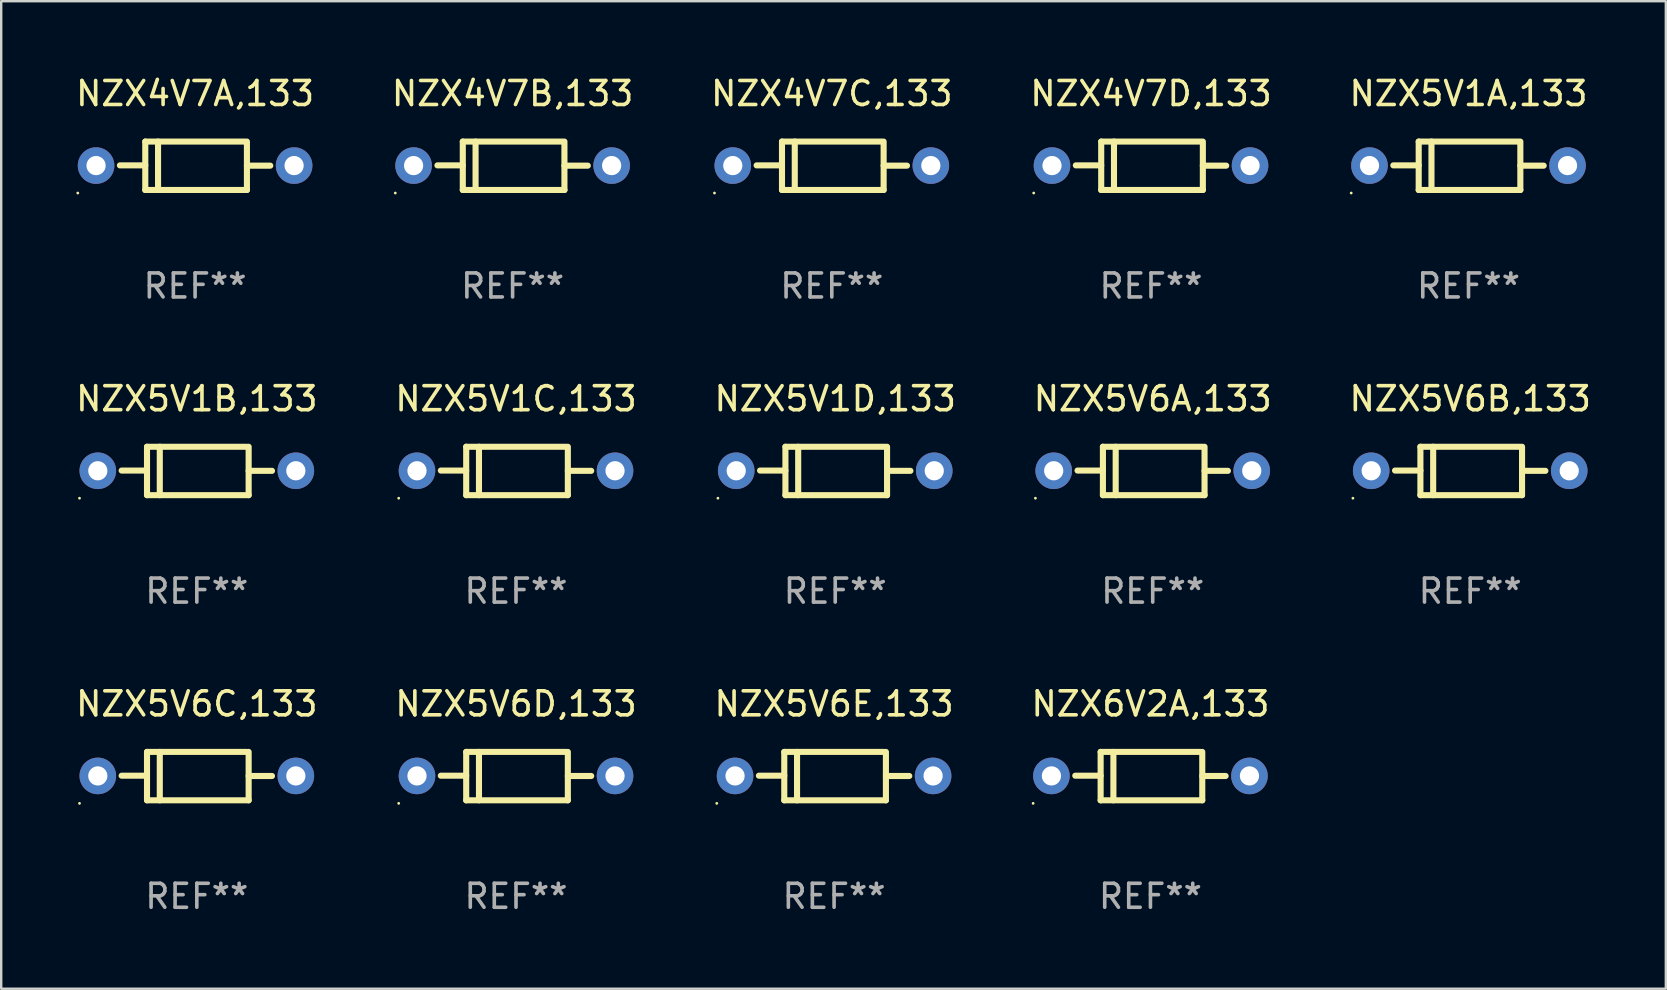
<source format=kicad_pcb>
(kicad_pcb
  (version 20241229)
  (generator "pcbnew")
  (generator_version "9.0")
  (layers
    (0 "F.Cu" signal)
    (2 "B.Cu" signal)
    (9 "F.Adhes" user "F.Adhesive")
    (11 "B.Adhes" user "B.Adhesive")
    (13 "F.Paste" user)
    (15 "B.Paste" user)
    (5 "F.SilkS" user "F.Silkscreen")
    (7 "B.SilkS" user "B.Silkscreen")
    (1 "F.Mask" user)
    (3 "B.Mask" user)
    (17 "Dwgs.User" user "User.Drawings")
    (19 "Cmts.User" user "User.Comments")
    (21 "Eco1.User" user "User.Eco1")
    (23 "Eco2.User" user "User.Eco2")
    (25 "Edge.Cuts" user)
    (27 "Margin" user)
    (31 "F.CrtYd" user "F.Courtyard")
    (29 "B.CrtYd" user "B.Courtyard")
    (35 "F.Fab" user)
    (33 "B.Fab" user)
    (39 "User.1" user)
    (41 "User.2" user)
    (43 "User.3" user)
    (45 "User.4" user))
  (footprint "NZX5V1D,133"
    (layer "F.Cu")
    (at 31.744 16.569)
    (property "Reference" "NZX5V1D,133" (at 0 -3.008 0) (layer "F.SilkS") (effects (font (size 1 1) (thickness 0.15))))
    (attr through_hole)
    (fp_line (start -2.075 -1.008) (end -2.075 1.008) (stroke (width 0.254) (type solid)) (layer "F.SilkS"))
    (fp_line (start -2.075 -0.017) (end -3.132 -0.017) (stroke (width 0.254) (type solid)) (layer "F.SilkS"))
    (fp_line (start -2.075 1.008) (end 2.159 1.008) (stroke (width 0.254) (type solid)) (layer "F.SilkS"))
    (fp_line (start -1.543 -1.008) (end -1.543 1.008) (stroke (width 0.254) (type solid)) (layer "F.SilkS"))
    (fp_line (start 2.075 -1.008) (end -2.075 -1.008) (stroke (width 0.254) (type solid)) (layer "F.SilkS"))
    (fp_line (start 2.159 -0.005) (end 3.132 -0.005) (stroke (width 0.254) (type solid)) (layer "F.SilkS"))
    (fp_line (start 2.159 1.008) (end 2.159 -1.008) (stroke (width 0.254) (type solid)) (layer "F.SilkS"))
    (fp_circle (center -4.887 1.135) (end -4.857 1.135) (stroke (width 0.06) (type solid)) (fill no) (layer "F.SilkS"))
    (fp_text user "REF**" (at 0 5.008 0) (layer "F.Fab") (effects (font (size 1 1) (thickness 0.15))))
    (pad "1" thru_hole circle (at -4.125 -0.008) (size 1.524 1.524) (drill 0.8) (layers "*.Cu" "*.Mask"))
    (pad "2" thru_hole circle (at 4.125 -0.008) (size 1.524 1.524) (drill 0.8) (layers "*.Cu" "*.Mask")))
  (footprint "NZX5V1A,133"
    (layer "F.Cu")
    (at 58.125 3.856)
    (property "Reference" "NZX5V1A,133" (at 0 -3.008 0) (layer "F.SilkS") (effects (font (size 1 1) (thickness 0.15))))
    (attr through_hole)
    (fp_line (start -2.075 -1.008) (end -2.075 1.008) (stroke (width 0.254) (type solid)) (layer "F.SilkS"))
    (fp_line (start -2.075 -0.017) (end -3.132 -0.017) (stroke (width 0.254) (type solid)) (layer "F.SilkS"))
    (fp_line (start -2.075 1.008) (end 2.159 1.008) (stroke (width 0.254) (type solid)) (layer "F.SilkS"))
    (fp_line (start -1.543 -1.008) (end -1.543 1.008) (stroke (width 0.254) (type solid)) (layer "F.SilkS"))
    (fp_line (start 2.075 -1.008) (end -2.075 -1.008) (stroke (width 0.254) (type solid)) (layer "F.SilkS"))
    (fp_line (start 2.159 -0.005) (end 3.132 -0.005) (stroke (width 0.254) (type solid)) (layer "F.SilkS"))
    (fp_line (start 2.159 1.008) (end 2.159 -1.008) (stroke (width 0.254) (type solid)) (layer "F.SilkS"))
    (fp_circle (center -4.887 1.135) (end -4.857 1.135) (stroke (width 0.06) (type solid)) (fill no) (layer "F.SilkS"))
    (fp_text user "REF**" (at 0 5.008 0) (layer "F.Fab") (effects (font (size 1 1) (thickness 0.15))))
    (pad "1" thru_hole circle (at -4.125 -0.008) (size 1.524 1.524) (drill 0.8) (layers "*.Cu" "*.Mask"))
    (pad "2" thru_hole circle (at 4.125 -0.008) (size 1.524 1.524) (drill 0.8) (layers "*.Cu" "*.Mask")))
  (footprint "NZX4V7B,133"
    (layer "F.Cu")
    (at 18.304 3.856)
    (property "Reference" "NZX4V7B,133" (at 0 -3.008 0) (layer "F.SilkS") (effects (font (size 1 1) (thickness 0.15))))
    (attr through_hole)
    (fp_line (start -2.075 -1.008) (end -2.075 1.008) (stroke (width 0.254) (type solid)) (layer "F.SilkS"))
    (fp_line (start -2.075 -0.017) (end -3.132 -0.017) (stroke (width 0.254) (type solid)) (layer "F.SilkS"))
    (fp_line (start -2.075 1.008) (end 2.159 1.008) (stroke (width 0.254) (type solid)) (layer "F.SilkS"))
    (fp_line (start -1.543 -1.008) (end -1.543 1.008) (stroke (width 0.254) (type solid)) (layer "F.SilkS"))
    (fp_line (start 2.075 -1.008) (end -2.075 -1.008) (stroke (width 0.254) (type solid)) (layer "F.SilkS"))
    (fp_line (start 2.159 -0.005) (end 3.132 -0.005) (stroke (width 0.254) (type solid)) (layer "F.SilkS"))
    (fp_line (start 2.159 1.008) (end 2.159 -1.008) (stroke (width 0.254) (type solid)) (layer "F.SilkS"))
    (fp_circle (center -4.887 1.135) (end -4.857 1.135) (stroke (width 0.06) (type solid)) (fill no) (layer "F.SilkS"))
    (fp_text user "REF**" (at 0 5.008 0) (layer "F.Fab") (effects (font (size 1 1) (thickness 0.15))))
    (pad "1" thru_hole circle (at -4.125 -0.008) (size 1.524 1.524) (drill 0.8) (layers "*.Cu" "*.Mask"))
    (pad "2" thru_hole circle (at 4.125 -0.008) (size 1.524 1.524) (drill 0.8) (layers "*.Cu" "*.Mask")))
  (footprint "NZX5V6E,133"
    (layer "F.Cu")
    (at 31.696 29.281)
    (property "Reference" "NZX5V6E,133" (at 0 -3.008 0) (layer "F.SilkS") (effects (font (size 1 1) (thickness 0.15))))
    (attr through_hole)
    (fp_line (start -2.075 -1.008) (end -2.075 1.008) (stroke (width 0.254) (type solid)) (layer "F.SilkS"))
    (fp_line (start -2.075 -0.017) (end -3.132 -0.017) (stroke (width 0.254) (type solid)) (layer "F.SilkS"))
    (fp_line (start -2.075 1.008) (end 2.159 1.008) (stroke (width 0.254) (type solid)) (layer "F.SilkS"))
    (fp_line (start -1.543 -1.008) (end -1.543 1.008) (stroke (width 0.254) (type solid)) (layer "F.SilkS"))
    (fp_line (start 2.075 -1.008) (end -2.075 -1.008) (stroke (width 0.254) (type solid)) (layer "F.SilkS"))
    (fp_line (start 2.159 -0.005) (end 3.132 -0.005) (stroke (width 0.254) (type solid)) (layer "F.SilkS"))
    (fp_line (start 2.159 1.008) (end 2.159 -1.008) (stroke (width 0.254) (type solid)) (layer "F.SilkS"))
    (fp_circle (center -4.887 1.135) (end -4.857 1.135) (stroke (width 0.06) (type solid)) (fill no) (layer "F.SilkS"))
    (fp_text user "REF**" (at 0 5.008 0) (layer "F.Fab") (effects (font (size 1 1) (thickness 0.15))))
    (pad "1" thru_hole circle (at -4.125 -0.008) (size 1.524 1.524) (drill 0.8) (layers "*.Cu" "*.Mask"))
    (pad "2" thru_hole circle (at 4.125 -0.008) (size 1.524 1.524) (drill 0.8) (layers "*.Cu" "*.Mask")))
  (footprint "NZX5V6C,133"
    (layer "F.Cu")
    (at 5.149 29.281)
    (property "Reference" "NZX5V6C,133" (at 0 -3.008 0) (layer "F.SilkS") (effects (font (size 1 1) (thickness 0.15))))
    (attr through_hole)
    (fp_line (start -2.075 -1.008) (end -2.075 1.008) (stroke (width 0.254) (type solid)) (layer "F.SilkS"))
    (fp_line (start -2.075 -0.017) (end -3.132 -0.017) (stroke (width 0.254) (type solid)) (layer "F.SilkS"))
    (fp_line (start -2.075 1.008) (end 2.159 1.008) (stroke (width 0.254) (type solid)) (layer "F.SilkS"))
    (fp_line (start -1.543 -1.008) (end -1.543 1.008) (stroke (width 0.254) (type solid)) (layer "F.SilkS"))
    (fp_line (start 2.075 -1.008) (end -2.075 -1.008) (stroke (width 0.254) (type solid)) (layer "F.SilkS"))
    (fp_line (start 2.159 -0.005) (end 3.132 -0.005) (stroke (width 0.254) (type solid)) (layer "F.SilkS"))
    (fp_line (start 2.159 1.008) (end 2.159 -1.008) (stroke (width 0.254) (type solid)) (layer "F.SilkS"))
    (fp_circle (center -4.887 1.135) (end -4.857 1.135) (stroke (width 0.06) (type solid)) (fill no) (layer "F.SilkS"))
    (fp_text user "REF**" (at 0 5.008 0) (layer "F.Fab") (effects (font (size 1 1) (thickness 0.15))))
    (pad "1" thru_hole circle (at -4.125 -0.008) (size 1.524 1.524) (drill 0.8) (layers "*.Cu" "*.Mask"))
    (pad "2" thru_hole circle (at 4.125 -0.008) (size 1.524 1.524) (drill 0.8) (layers "*.Cu" "*.Mask")))
  (footprint "NZX5V1B,133"
    (layer "F.Cu")
    (at 5.149 16.569)
    (property "Reference" "NZX5V1B,133" (at 0 -3.008 0) (layer "F.SilkS") (effects (font (size 1 1) (thickness 0.15))))
    (attr through_hole)
    (fp_line (start -2.075 -1.008) (end -2.075 1.008) (stroke (width 0.254) (type solid)) (layer "F.SilkS"))
    (fp_line (start -2.075 -0.017) (end -3.132 -0.017) (stroke (width 0.254) (type solid)) (layer "F.SilkS"))
    (fp_line (start -2.075 1.008) (end 2.159 1.008) (stroke (width 0.254) (type solid)) (layer "F.SilkS"))
    (fp_line (start -1.543 -1.008) (end -1.543 1.008) (stroke (width 0.254) (type solid)) (layer "F.SilkS"))
    (fp_line (start 2.075 -1.008) (end -2.075 -1.008) (stroke (width 0.254) (type solid)) (layer "F.SilkS"))
    (fp_line (start 2.159 -0.005) (end 3.132 -0.005) (stroke (width 0.254) (type solid)) (layer "F.SilkS"))
    (fp_line (start 2.159 1.008) (end 2.159 -1.008) (stroke (width 0.254) (type solid)) (layer "F.SilkS"))
    (fp_circle (center -4.887 1.135) (end -4.857 1.135) (stroke (width 0.06) (type solid)) (fill no) (layer "F.SilkS"))
    (fp_text user "REF**" (at 0 5.008 0) (layer "F.Fab") (effects (font (size 1 1) (thickness 0.15))))
    (pad "1" thru_hole circle (at -4.125 -0.008) (size 1.524 1.524) (drill 0.8) (layers "*.Cu" "*.Mask"))
    (pad "2" thru_hole circle (at 4.125 -0.008) (size 1.524 1.524) (drill 0.8) (layers "*.Cu" "*.Mask")))
  (footprint "NZX5V1C,133"
    (layer "F.Cu")
    (at 18.446 16.569)
    (property "Reference" "NZX5V1C,133" (at 0 -3.008 0) (layer "F.SilkS") (effects (font (size 1 1) (thickness 0.15))))
    (attr through_hole)
    (fp_line (start -2.075 -1.008) (end -2.075 1.008) (stroke (width 0.254) (type solid)) (layer "F.SilkS"))
    (fp_line (start -2.075 -0.017) (end -3.132 -0.017) (stroke (width 0.254) (type solid)) (layer "F.SilkS"))
    (fp_line (start -2.075 1.008) (end 2.159 1.008) (stroke (width 0.254) (type solid)) (layer "F.SilkS"))
    (fp_line (start -1.543 -1.008) (end -1.543 1.008) (stroke (width 0.254) (type solid)) (layer "F.SilkS"))
    (fp_line (start 2.075 -1.008) (end -2.075 -1.008) (stroke (width 0.254) (type solid)) (layer "F.SilkS"))
    (fp_line (start 2.159 -0.005) (end 3.132 -0.005) (stroke (width 0.254) (type solid)) (layer "F.SilkS"))
    (fp_line (start 2.159 1.008) (end 2.159 -1.008) (stroke (width 0.254) (type solid)) (layer "F.SilkS"))
    (fp_circle (center -4.887 1.135) (end -4.857 1.135) (stroke (width 0.06) (type solid)) (fill no) (layer "F.SilkS"))
    (fp_text user "REF**" (at 0 5.008 0) (layer "F.Fab") (effects (font (size 1 1) (thickness 0.15))))
    (pad "1" thru_hole circle (at -4.125 -0.008) (size 1.524 1.524) (drill 0.8) (layers "*.Cu" "*.Mask"))
    (pad "2" thru_hole circle (at 4.125 -0.008) (size 1.524 1.524) (drill 0.8) (layers "*.Cu" "*.Mask")))
  (footprint "NZX5V6B,133"
    (layer "F.Cu")
    (at 58.196 16.569)
    (property "Reference" "NZX5V6B,133" (at 0 -3.008 0) (layer "F.SilkS") (effects (font (size 1 1) (thickness 0.15))))
    (attr through_hole)
    (fp_line (start -2.075 -1.008) (end -2.075 1.008) (stroke (width 0.254) (type solid)) (layer "F.SilkS"))
    (fp_line (start -2.075 -0.017) (end -3.132 -0.017) (stroke (width 0.254) (type solid)) (layer "F.SilkS"))
    (fp_line (start -2.075 1.008) (end 2.159 1.008) (stroke (width 0.254) (type solid)) (layer "F.SilkS"))
    (fp_line (start -1.543 -1.008) (end -1.543 1.008) (stroke (width 0.254) (type solid)) (layer "F.SilkS"))
    (fp_line (start 2.075 -1.008) (end -2.075 -1.008) (stroke (width 0.254) (type solid)) (layer "F.SilkS"))
    (fp_line (start 2.159 -0.005) (end 3.132 -0.005) (stroke (width 0.254) (type solid)) (layer "F.SilkS"))
    (fp_line (start 2.159 1.008) (end 2.159 -1.008) (stroke (width 0.254) (type solid)) (layer "F.SilkS"))
    (fp_circle (center -4.887 1.135) (end -4.857 1.135) (stroke (width 0.06) (type solid)) (fill no) (layer "F.SilkS"))
    (fp_text user "REF**" (at 0 5.008 0) (layer "F.Fab") (effects (font (size 1 1) (thickness 0.15))))
    (pad "1" thru_hole circle (at -4.125 -0.008) (size 1.524 1.524) (drill 0.8) (layers "*.Cu" "*.Mask"))
    (pad "2" thru_hole circle (at 4.125 -0.008) (size 1.524 1.524) (drill 0.8) (layers "*.Cu" "*.Mask")))
  (footprint "NZX4V7C,133"
    (layer "F.Cu")
    (at 31.601 3.856)
    (property "Reference" "NZX4V7C,133" (at 0 -3.008 0) (layer "F.SilkS") (effects (font (size 1 1) (thickness 0.15))))
    (attr through_hole)
    (fp_line (start -2.075 -1.008) (end -2.075 1.008) (stroke (width 0.254) (type solid)) (layer "F.SilkS"))
    (fp_line (start -2.075 -0.017) (end -3.132 -0.017) (stroke (width 0.254) (type solid)) (layer "F.SilkS"))
    (fp_line (start -2.075 1.008) (end 2.159 1.008) (stroke (width 0.254) (type solid)) (layer "F.SilkS"))
    (fp_line (start -1.543 -1.008) (end -1.543 1.008) (stroke (width 0.254) (type solid)) (layer "F.SilkS"))
    (fp_line (start 2.075 -1.008) (end -2.075 -1.008) (stroke (width 0.254) (type solid)) (layer "F.SilkS"))
    (fp_line (start 2.159 -0.005) (end 3.132 -0.005) (stroke (width 0.254) (type solid)) (layer "F.SilkS"))
    (fp_line (start 2.159 1.008) (end 2.159 -1.008) (stroke (width 0.254) (type solid)) (layer "F.SilkS"))
    (fp_circle (center -4.887 1.135) (end -4.857 1.135) (stroke (width 0.06) (type solid)) (fill no) (layer "F.SilkS"))
    (fp_text user "REF**" (at 0 5.008 0) (layer "F.Fab") (effects (font (size 1 1) (thickness 0.15))))
    (pad "1" thru_hole circle (at -4.125 -0.008) (size 1.524 1.524) (drill 0.8) (layers "*.Cu" "*.Mask"))
    (pad "2" thru_hole circle (at 4.125 -0.008) (size 1.524 1.524) (drill 0.8) (layers "*.Cu" "*.Mask")))
  (footprint "NZX5V6A,133"
    (layer "F.Cu")
    (at 44.97 16.569)
    (property "Reference" "NZX5V6A,133" (at 0 -3.008 0) (layer "F.SilkS") (effects (font (size 1 1) (thickness 0.15))))
    (attr through_hole)
    (fp_line (start -2.075 -1.008) (end -2.075 1.008) (stroke (width 0.254) (type solid)) (layer "F.SilkS"))
    (fp_line (start -2.075 -0.017) (end -3.132 -0.017) (stroke (width 0.254) (type solid)) (layer "F.SilkS"))
    (fp_line (start -2.075 1.008) (end 2.159 1.008) (stroke (width 0.254) (type solid)) (layer "F.SilkS"))
    (fp_line (start -1.543 -1.008) (end -1.543 1.008) (stroke (width 0.254) (type solid)) (layer "F.SilkS"))
    (fp_line (start 2.075 -1.008) (end -2.075 -1.008) (stroke (width 0.254) (type solid)) (layer "F.SilkS"))
    (fp_line (start 2.159 -0.005) (end 3.132 -0.005) (stroke (width 0.254) (type solid)) (layer "F.SilkS"))
    (fp_line (start 2.159 1.008) (end 2.159 -1.008) (stroke (width 0.254) (type solid)) (layer "F.SilkS"))
    (fp_circle (center -4.887 1.135) (end -4.857 1.135) (stroke (width 0.06) (type solid)) (fill no) (layer "F.SilkS"))
    (fp_text user "REF**" (at 0 5.008 0) (layer "F.Fab") (effects (font (size 1 1) (thickness 0.15))))
    (pad "1" thru_hole circle (at -4.125 -0.008) (size 1.524 1.524) (drill 0.8) (layers "*.Cu" "*.Mask"))
    (pad "2" thru_hole circle (at 4.125 -0.008) (size 1.524 1.524) (drill 0.8) (layers "*.Cu" "*.Mask")))
  (footprint "NZX4V7A,133"
    (layer "F.Cu")
    (at 5.077 3.856)
    (property "Reference" "NZX4V7A,133" (at 0 -3.008 0) (layer "F.SilkS") (effects (font (size 1 1) (thickness 0.15))))
    (attr through_hole)
    (fp_line (start -2.075 -1.008) (end -2.075 1.008) (stroke (width 0.254) (type solid)) (layer "F.SilkS"))
    (fp_line (start -2.075 -0.017) (end -3.132 -0.017) (stroke (width 0.254) (type solid)) (layer "F.SilkS"))
    (fp_line (start -2.075 1.008) (end 2.159 1.008) (stroke (width 0.254) (type solid)) (layer "F.SilkS"))
    (fp_line (start -1.543 -1.008) (end -1.543 1.008) (stroke (width 0.254) (type solid)) (layer "F.SilkS"))
    (fp_line (start 2.075 -1.008) (end -2.075 -1.008) (stroke (width 0.254) (type solid)) (layer "F.SilkS"))
    (fp_line (start 2.159 -0.005) (end 3.132 -0.005) (stroke (width 0.254) (type solid)) (layer "F.SilkS"))
    (fp_line (start 2.159 1.008) (end 2.159 -1.008) (stroke (width 0.254) (type solid)) (layer "F.SilkS"))
    (fp_circle (center -4.887 1.135) (end -4.857 1.135) (stroke (width 0.06) (type solid)) (fill no) (layer "F.SilkS"))
    (fp_text user "REF**" (at 0 5.008 0) (layer "F.Fab") (effects (font (size 1 1) (thickness 0.15))))
    (pad "1" thru_hole circle (at -4.125 -0.008) (size 1.524 1.524) (drill 0.8) (layers "*.Cu" "*.Mask"))
    (pad "2" thru_hole circle (at 4.125 -0.008) (size 1.524 1.524) (drill 0.8) (layers "*.Cu" "*.Mask")))
  (footprint "NZX6V2A,133"
    (layer "F.Cu")
    (at 44.875 29.281)
    (property "Reference" "NZX6V2A,133" (at 0 -3.008 0) (layer "F.SilkS") (effects (font (size 1 1) (thickness 0.15))))
    (attr through_hole)
    (fp_line (start -2.075 -1.008) (end -2.075 1.008) (stroke (width 0.254) (type solid)) (layer "F.SilkS"))
    (fp_line (start -2.075 -0.017) (end -3.132 -0.017) (stroke (width 0.254) (type solid)) (layer "F.SilkS"))
    (fp_line (start -2.075 1.008) (end 2.159 1.008) (stroke (width 0.254) (type solid)) (layer "F.SilkS"))
    (fp_line (start -1.543 -1.008) (end -1.543 1.008) (stroke (width 0.254) (type solid)) (layer "F.SilkS"))
    (fp_line (start 2.075 -1.008) (end -2.075 -1.008) (stroke (width 0.254) (type solid)) (layer "F.SilkS"))
    (fp_line (start 2.159 -0.005) (end 3.132 -0.005) (stroke (width 0.254) (type solid)) (layer "F.SilkS"))
    (fp_line (start 2.159 1.008) (end 2.159 -1.008) (stroke (width 0.254) (type solid)) (layer "F.SilkS"))
    (fp_circle (center -4.887 1.135) (end -4.857 1.135) (stroke (width 0.06) (type solid)) (fill no) (layer "F.SilkS"))
    (fp_text user "REF**" (at 0 5.008 0) (layer "F.Fab") (effects (font (size 1 1) (thickness 0.15))))
    (pad "1" thru_hole circle (at -4.125 -0.008) (size 1.524 1.524) (drill 0.8) (layers "*.Cu" "*.Mask"))
    (pad "2" thru_hole circle (at 4.125 -0.008) (size 1.524 1.524) (drill 0.8) (layers "*.Cu" "*.Mask")))
  (footprint "NZX4V7D,133"
    (layer "F.Cu")
    (at 44.899 3.856)
    (property "Reference" "NZX4V7D,133" (at 0 -3.008 0) (layer "F.SilkS") (effects (font (size 1 1) (thickness 0.15))))
    (attr through_hole)
    (fp_line (start -2.075 -1.008) (end -2.075 1.008) (stroke (width 0.254) (type solid)) (layer "F.SilkS"))
    (fp_line (start -2.075 -0.017) (end -3.132 -0.017) (stroke (width 0.254) (type solid)) (layer "F.SilkS"))
    (fp_line (start -2.075 1.008) (end 2.159 1.008) (stroke (width 0.254) (type solid)) (layer "F.SilkS"))
    (fp_line (start -1.543 -1.008) (end -1.543 1.008) (stroke (width 0.254) (type solid)) (layer "F.SilkS"))
    (fp_line (start 2.075 -1.008) (end -2.075 -1.008) (stroke (width 0.254) (type solid)) (layer "F.SilkS"))
    (fp_line (start 2.159 -0.005) (end 3.132 -0.005) (stroke (width 0.254) (type solid)) (layer "F.SilkS"))
    (fp_line (start 2.159 1.008) (end 2.159 -1.008) (stroke (width 0.254) (type solid)) (layer "F.SilkS"))
    (fp_circle (center -4.887 1.135) (end -4.857 1.135) (stroke (width 0.06) (type solid)) (fill no) (layer "F.SilkS"))
    (fp_text user "REF**" (at 0 5.008 0) (layer "F.Fab") (effects (font (size 1 1) (thickness 0.15))))
    (pad "1" thru_hole circle (at -4.125 -0.008) (size 1.524 1.524) (drill 0.8) (layers "*.Cu" "*.Mask"))
    (pad "2" thru_hole circle (at 4.125 -0.008) (size 1.524 1.524) (drill 0.8) (layers "*.Cu" "*.Mask")))
  (footprint "NZX5V6D,133"
    (layer "F.Cu")
    (at 18.446 29.281)
    (property "Reference" "NZX5V6D,133" (at 0 -3.008 0) (layer "F.SilkS") (effects (font (size 1 1) (thickness 0.15))))
    (attr through_hole)
    (fp_line (start -2.075 -1.008) (end -2.075 1.008) (stroke (width 0.254) (type solid)) (layer "F.SilkS"))
    (fp_line (start -2.075 -0.017) (end -3.132 -0.017) (stroke (width 0.254) (type solid)) (layer "F.SilkS"))
    (fp_line (start -2.075 1.008) (end 2.159 1.008) (stroke (width 0.254) (type solid)) (layer "F.SilkS"))
    (fp_line (start -1.543 -1.008) (end -1.543 1.008) (stroke (width 0.254) (type solid)) (layer "F.SilkS"))
    (fp_line (start 2.075 -1.008) (end -2.075 -1.008) (stroke (width 0.254) (type solid)) (layer "F.SilkS"))
    (fp_line (start 2.159 -0.005) (end 3.132 -0.005) (stroke (width 0.254) (type solid)) (layer "F.SilkS"))
    (fp_line (start 2.159 1.008) (end 2.159 -1.008) (stroke (width 0.254) (type solid)) (layer "F.SilkS"))
    (fp_circle (center -4.887 1.135) (end -4.857 1.135) (stroke (width 0.06) (type solid)) (fill no) (layer "F.SilkS"))
    (fp_text user "REF**" (at 0 5.008 0) (layer "F.Fab") (effects (font (size 1 1) (thickness 0.15))))
    (pad "1" thru_hole circle (at -4.125 -0.008) (size 1.524 1.524) (drill 0.8) (layers "*.Cu" "*.Mask"))
    (pad "2" thru_hole circle (at 4.125 -0.008) (size 1.524 1.524) (drill 0.8) (layers "*.Cu" "*.Mask")))
  (gr_rect
    (start -3 -3)
    (end 66.345 38.138)
    (stroke (width 0.1) (type default))
    (fill no)
    (layer "Edge.Cuts")))
</source>
